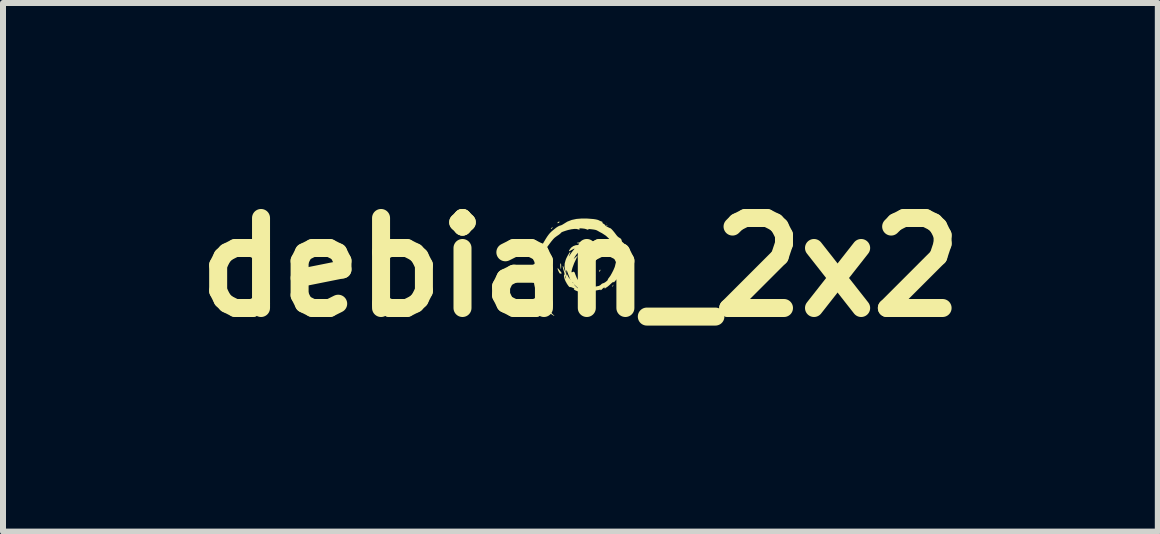
<source format=kicad_pcb>
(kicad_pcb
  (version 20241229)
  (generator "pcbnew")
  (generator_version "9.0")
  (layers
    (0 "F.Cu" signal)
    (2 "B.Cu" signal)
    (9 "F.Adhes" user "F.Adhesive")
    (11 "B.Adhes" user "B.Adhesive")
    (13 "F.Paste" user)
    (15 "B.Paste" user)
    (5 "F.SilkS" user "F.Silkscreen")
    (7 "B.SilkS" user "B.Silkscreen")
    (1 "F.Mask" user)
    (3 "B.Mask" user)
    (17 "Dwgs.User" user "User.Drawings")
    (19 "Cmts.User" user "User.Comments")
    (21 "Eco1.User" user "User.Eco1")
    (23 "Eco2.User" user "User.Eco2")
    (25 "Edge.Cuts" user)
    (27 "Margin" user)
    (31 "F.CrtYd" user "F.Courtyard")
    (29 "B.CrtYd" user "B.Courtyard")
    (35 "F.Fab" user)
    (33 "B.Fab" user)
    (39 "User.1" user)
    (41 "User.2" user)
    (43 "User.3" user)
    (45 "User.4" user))
  (footprint "debian_2x2"
    (layer "F.Cu")
    (at 6.621 1.404)
    (property "Reference" "debian_2x2" (at 0 0 0) (layer "F.SilkS") (effects (font (size 1.5 1.5) (thickness 0.3))))
    (attr board_only exclude_from_pos_files exclude_from_bom)
    (fp_poly (pts (xy 0.438 -0.723) (xy 0.434 -0.719) (xy 0.43 -0.723) (xy 0.434 -0.727)) (stroke (width 0) (type solid)) (fill yes) (layer "F.SilkS"))
    (fp_poly (pts (xy -0.461 -0.667) (xy -0.466 -0.656) (xy -0.477 -0.645) (xy -0.488 -0.637) (xy -0.492 -0.638) (xy -0.487 -0.649) (xy -0.477 -0.66) (xy -0.465 -0.668)) (stroke (width 0) (type solid)) (fill yes) (layer "F.SilkS"))
    (fp_poly (pts (xy 0.335 0.042) (xy 0.333 0.052) (xy 0.324 0.067) (xy 0.315 0.077) (xy 0.313 0.074) (xy 0.314 0.063) (xy 0.32 0.047) (xy 0.326 0.041)) (stroke (width 0) (type solid)) (fill yes) (layer "F.SilkS"))
    (fp_poly (pts (xy 0.448 -0.697) (xy 0.449 -0.695) (xy 0.449 -0.688) (xy 0.446 -0.688) (xy 0.435 -0.693) (xy 0.434 -0.695) (xy 0.434 -0.703) (xy 0.437 -0.703)) (stroke (width 0) (type solid)) (fill yes) (layer "F.SilkS"))
    (fp_poly (pts (xy -0.35 -0.761) (xy -0.347 -0.754) (xy -0.356 -0.745) (xy -0.372 -0.736) (xy -0.382 -0.736) (xy -0.383 -0.739) (xy -0.377 -0.75) (xy -0.364 -0.759) (xy -0.352 -0.762)) (stroke (width 0) (type solid)) (fill yes) (layer "F.SilkS"))
    (fp_poly (pts (xy 0.548 0.303) (xy 0.548 0.303) (xy 0.537 0.318) (xy 0.53 0.325) (xy 0.526 0.325) (xy 0.53 0.314) (xy 0.531 0.314) (xy 0.541 0.299) (xy 0.548 0.292) (xy 0.552 0.292)) (stroke (width 0) (type solid)) (fill yes) (layer "F.SilkS"))
    (fp_poly (pts (xy -0.324 -0.062) (xy -0.321 -0.044) (xy -0.32 -0.02) (xy -0.321 0.011) (xy -0.323 0.027) (xy -0.325 0.028) (xy -0.33 0.014) (xy -0.331 0.007) (xy -0.335 -0.025) (xy -0.335 -0.05) (xy -0.33 -0.065) (xy -0.328 -0.066)) (stroke (width 0) (type solid)) (fill yes) (layer "F.SilkS"))
    (fp_poly (pts (xy 0.037 0.121) (xy 0.053 0.13) (xy 0.073 0.141) (xy 0.09 0.152) (xy 0.1 0.159) (xy 0.102 0.161) (xy 0.095 0.163) (xy 0.079 0.164) (xy 0.057 0.159) (xy 0.039 0.141) (xy 0.039 0.141) (xy 0.03 0.126) (xy 0.027 0.118) (xy 0.027 0.117)) (stroke (width 0) (type solid)) (fill yes) (layer "F.SilkS"))
    (fp_poly (pts (xy -0.373 0.016) (xy -0.367 0.024) (xy -0.355 0.039) (xy -0.337 0.061) (xy -0.337 0.061) (xy -0.322 0.081) (xy -0.312 0.096) (xy -0.311 0.102) (xy -0.311 0.102) (xy -0.325 0.104) (xy -0.331 0.106) (xy -0.34 0.105) (xy -0.35 0.093) (xy -0.363 0.069) (xy -0.364 0.067) (xy -0.374 0.043) (xy -0.38 0.025) (xy -0.38 0.018) (xy -0.373 0.016)) (stroke (width 0) (type solid)) (fill yes) (layer "F.SilkS"))
    (fp_poly (pts (xy 0.22 0.133) (xy 0.211 0.141) (xy 0.2 0.151) (xy 0.201 0.156) (xy 0.212 0.154) (xy 0.229 0.145) (xy 0.232 0.143) (xy 0.245 0.136) (xy 0.248 0.138) (xy 0.247 0.139) (xy 0.236 0.149) (xy 0.219 0.16) (xy 0.218 0.16) (xy 0.202 0.168) (xy 0.194 0.167) (xy 0.19 0.159) (xy 0.192 0.144) (xy 0.199 0.136) (xy 0.215 0.127) (xy 0.223 0.126)) (stroke (width 0) (type solid)) (fill yes) (layer "F.SilkS"))
    (fp_poly (pts (xy 0.116 -0.812) (xy 0.169 -0.808) (xy 0.218 -0.804) (xy 0.258 -0.798) (xy 0.287 -0.791) (xy 0.301 -0.786) (xy 0.319 -0.777) (xy 0.342 -0.767) (xy 0.346 -0.766) (xy 0.364 -0.759) (xy 0.374 -0.751) (xy 0.375 -0.75) (xy 0.369 -0.746) (xy 0.361 -0.747) (xy 0.359 -0.746) (xy 0.368 -0.738) (xy 0.379 -0.73) (xy 0.405 -0.712) (xy 0.418 -0.701) (xy 0.419 -0.698) (xy 0.41 -0.699) (xy 0.409 -0.699) (xy 0.419 -0.692) (xy 0.439 -0.68) (xy 0.444 -0.677) (xy 0.469 -0.664) (xy 0.489 -0.654) (xy 0.5 -0.651) (xy 0.5 -0.651) (xy 0.508 -0.646) (xy 0.523 -0.632) (xy 0.542 -0.611) (xy 0.563 -0.586) (xy 0.583 -0.56) (xy 0.6 -0.537) (xy 0.6 -0.537) (xy 0.619 -0.515) (xy 0.641 -0.497) (xy 0.647 -0.494) (xy 0.67 -0.48) (xy 0.683 -0.463) (xy 0.691 -0.437) (xy 0.691 -0.435) (xy 0.697 -0.421) (xy 0.703 -0.418) (xy 0.711 -0.414) (xy 0.721 -0.398) (xy 0.734 -0.37) (xy 0.747 -0.334) (xy 0.759 -0.297) (xy 0.766 -0.267) (xy 0.772 -0.23) (xy 0.777 -0.19) (xy 0.779 -0.15) (xy 0.78 -0.111) (xy 0.78 -0.076) (xy 0.778 -0.049) (xy 0.773 -0.032) (xy 0.767 -0.026) (xy 0.766 -0.027) (xy 0.76 -0.023) (xy 0.75 -0.007) (xy 0.74 0.017) (xy 0.73 0.047) (xy 0.726 0.061) (xy 0.72 0.084) (xy 0.716 0.092) (xy 0.715 0.088) (xy 0.716 0.071) (xy 0.72 0.043) (xy 0.724 0.021) (xy 0.729 -0.01) (xy 0.733 -0.034) (xy 0.734 -0.048) (xy 0.734 -0.05) (xy 0.724 -0.054) (xy 0.714 -0.058) (xy 0.701 -0.059) (xy 0.694 -0.048) (xy 0.692 -0.042) (xy 0.691 -0.023) (xy 0.696 -0.015) (xy 0.702 -0.007) (xy 0.698 0.009) (xy 0.697 0.013) (xy 0.687 0.038) (xy 0.679 0.058) (xy 0.673 0.073) (xy 0.667 0.074) (xy 0.664 0.07) (xy 0.659 0.066) (xy 0.657 0.076) (xy 0.656 0.084) (xy 0.65 0.111) (xy 0.64 0.126) (xy 0.627 0.147) (xy 0.627 0.161) (xy 0.626 0.178) (xy 0.613 0.194) (xy 0.606 0.2) (xy 0.587 0.219) (xy 0.57 0.239) (xy 0.568 0.241) (xy 0.559 0.252) (xy 0.555 0.253) (xy 0.555 0.252) (xy 0.553 0.244) (xy 0.547 0.244) (xy 0.534 0.252) (xy 0.513 0.27) (xy 0.493 0.289) (xy 0.469 0.31) (xy 0.449 0.326) (xy 0.436 0.335) (xy 0.433 0.336) (xy 0.421 0.342) (xy 0.415 0.35) (xy 0.408 0.359) (xy 0.407 0.355) (xy 0.407 0.35) (xy 0.402 0.338) (xy 0.391 0.339) (xy 0.373 0.354) (xy 0.367 0.359) (xy 0.352 0.374) (xy 0.341 0.382) (xy 0.337 0.382) (xy 0.339 0.376) (xy 0.336 0.373) (xy 0.32 0.375) (xy 0.314 0.376) (xy 0.29 0.381) (xy 0.257 0.387) (xy 0.219 0.393) (xy 0.182 0.398) (xy 0.148 0.403) (xy 0.123 0.406) (xy 0.113 0.406) (xy 0.097 0.404) (xy 0.095 0.398) (xy 0.105 0.391) (xy 0.121 0.386) (xy 0.141 0.381) (xy 0.152 0.375) (xy 0.153 0.374) (xy 0.153 0.368) (xy 0.143 0.369) (xy 0.12 0.375) (xy 0.109 0.379) (xy 0.077 0.388) (xy 0.047 0.389) (xy 0.019 0.382) (xy -0.012 0.365) (xy -0.047 0.337) (xy -0.078 0.31) (xy -0.097 0.292) (xy -0.106 0.285) (xy -0.105 0.288) (xy -0.098 0.297) (xy -0.079 0.317) (xy -0.054 0.34) (xy -0.036 0.355) (xy -0.016 0.371) (xy -0.009 0.38) (xy -0.014 0.381) (xy -0.028 0.378) (xy -0.029 0.382) (xy -0.015 0.391) (xy -0.001 0.398) (xy 0.019 0.409) (xy 0.033 0.419) (xy 0.035 0.421) (xy 0.03 0.422) (xy 0.015 0.419) (xy -0.008 0.412) (xy -0.035 0.404) (xy -0.062 0.394) (xy -0.085 0.384) (xy -0.088 0.383) (xy -0.104 0.372) (xy -0.109 0.364) (xy -0.102 0.359) (xy -0.1 0.359) (xy -0.101 0.356) (xy -0.113 0.348) (xy -0.129 0.341) (xy -0.151 0.332) (xy -0.167 0.329) (xy -0.173 0.33) (xy -0.18 0.33) (xy -0.193 0.318) (xy -0.209 0.297) (xy -0.228 0.268) (xy -0.236 0.252) (xy -0.132 0.252) (xy -0.13 0.257) (xy -0.122 0.265) (xy -0.117 0.263) (xy -0.117 0.262) (xy -0.123 0.256) (xy -0.126 0.253) (xy -0.132 0.252) (xy -0.236 0.252) (xy -0.246 0.235) (xy -0.247 0.233) (xy -0.258 0.207) (xy -0.172 0.207) (xy -0.168 0.211) (xy -0.164 0.207) (xy -0.168 0.203) (xy -0.172 0.207) (xy -0.258 0.207) (xy -0.261 0.2) (xy -0.27 0.169) (xy -0.274 0.144) (xy -0.273 0.138) (xy -0.256 0.138) (xy -0.255 0.15) (xy -0.251 0.166) (xy -0.245 0.181) (xy -0.239 0.188) (xy -0.239 0.181) (xy -0.243 0.165) (xy -0.245 0.159) (xy -0.251 0.143) (xy -0.255 0.137) (xy -0.256 0.138) (xy -0.273 0.138) (xy -0.27 0.128) (xy -0.266 0.124) (xy -0.264 0.115) (xy -0.266 0.099) (xy -0.237 0.099) (xy -0.236 0.121) (xy -0.234 0.128) (xy -0.229 0.139) (xy -0.227 0.136) (xy -0.227 0.125) (xy -0.226 0.105) (xy -0.218 0.125) (xy -0.209 0.143) (xy -0.198 0.163) (xy -0.187 0.181) (xy -0.178 0.192) (xy -0.175 0.194) (xy -0.177 0.186) (xy -0.183 0.167) (xy -0.193 0.14) (xy -0.2 0.123) (xy -0.212 0.092) (xy -0.221 0.066) (xy -0.227 0.049) (xy -0.227 0.045) (xy -0.229 0.046) (xy -0.232 0.059) (xy -0.235 0.073) (xy -0.237 0.099) (xy -0.266 0.099) (xy -0.267 0.095) (xy -0.273 0.074) (xy -0.286 0.029) (xy -0.293 -0.002) (xy -0.294 -0.019) (xy -0.291 -0.023) (xy -0.286 -0.016) (xy -0.278 0.002) (xy -0.269 0.028) (xy -0.267 0.036) (xy -0.258 0.063) (xy -0.251 0.083) (xy -0.246 0.091) (xy -0.245 0.091) (xy -0.245 0.082) (xy -0.249 0.063) (xy -0.253 0.05) (xy -0.264 -0.006) (xy -0.261 -0.065) (xy -0.246 -0.12) (xy -0.236 -0.146) (xy -0.222 -0.175) (xy -0.206 -0.204) (xy -0.191 -0.229) (xy -0.179 -0.247) (xy -0.17 -0.256) (xy -0.167 -0.256) (xy -0.168 -0.247) (xy -0.174 -0.229) (xy -0.179 -0.216) (xy -0.188 -0.195) (xy -0.192 -0.182) (xy -0.192 -0.18) (xy -0.187 -0.186) (xy -0.176 -0.202) (xy -0.164 -0.221) (xy -0.146 -0.248) (xy -0.126 -0.274) (xy -0.115 -0.287) (xy -0.101 -0.304) (xy -0.098 -0.311) (xy -0.108 -0.309) (xy -0.13 -0.297) (xy -0.145 -0.289) (xy -0.171 -0.274) (xy -0.186 -0.267) (xy -0.191 -0.27) (xy -0.188 -0.28) (xy -0.184 -0.288) (xy -0.156 -0.326) (xy -0.119 -0.353) (xy -0.074 -0.369) (xy -0.023 -0.372) (xy 0.029 -0.363) (xy 0.043 -0.362) (xy 0.047 -0.366) (xy 0.04 -0.373) (xy 0.032 -0.375) (xy 0.017 -0.378) (xy 0.011 -0.386) (xy 0.016 -0.393) (xy 0.018 -0.393) (xy 0.016 -0.395) (xy 0.002 -0.397) (xy -0.018 -0.398) (xy -0.044 -0.399) (xy -0.057 -0.403) (xy -0.059 -0.406) (xy -0.049 -0.41) (xy -0.026 -0.413) (xy 0.005 -0.414) (xy 0.042 -0.414) (xy 0.081 -0.413) (xy 0.119 -0.411) (xy 0.153 -0.408) (xy 0.179 -0.403) (xy 0.182 -0.402) (xy 0.21 -0.396) (xy 0.234 -0.392) (xy 0.246 -0.391) (xy 0.267 -0.388) (xy 0.279 -0.385) (xy 0.284 -0.381) (xy 0.276 -0.377) (xy 0.262 -0.375) (xy 0.23 -0.371) (xy 0.284 -0.358) (xy 0.326 -0.344) (xy 0.358 -0.326) (xy 0.384 -0.301) (xy 0.4 -0.279) (xy 0.413 -0.256) (xy 0.421 -0.234) (xy 0.421 -0.218) (xy 0.415 -0.211) (xy 0.414 -0.211) (xy 0.408 -0.218) (xy 0.406 -0.229) (xy 0.406 -0.242) (xy 0.402 -0.252) (xy 0.395 -0.258) (xy 0.381 -0.263) (xy 0.358 -0.266) (xy 0.325 -0.267) (xy 0.279 -0.268) (xy 0.252 -0.268) (xy 0.213 -0.268) (xy 0.18 -0.269) (xy 0.157 -0.271) (xy 0.147 -0.273) (xy 0.146 -0.274) (xy 0.157 -0.279) (xy 0.176 -0.288) (xy 0.19 -0.293) (xy 0.21 -0.301) (xy 0.223 -0.308) (xy 0.224 -0.31) (xy 0.216 -0.309) (xy 0.196 -0.305) (xy 0.167 -0.299) (xy 0.142 -0.292) (xy 0.107 -0.285) (xy 0.077 -0.279) (xy 0.055 -0.277) (xy 0.046 -0.278) (xy 0.019 -0.278) (xy -0.011 -0.266) (xy -0.042 -0.241) (xy -0.072 -0.205) (xy -0.093 -0.171) (xy -0.112 -0.137) (xy -0.079 -0.168) (xy -0.062 -0.183) (xy -0.05 -0.193) (xy -0.047 -0.194) (xy -0.05 -0.186) (xy -0.059 -0.166) (xy -0.071 -0.138) (xy -0.085 -0.108) (xy -0.103 -0.07) (xy -0.118 -0.03) (xy -0.132 0.008) (xy -0.141 0.041) (xy -0.147 0.067) (xy -0.147 0.082) (xy -0.146 0.083) (xy -0.137 0.083) (xy -0.129 0.078) (xy -0.114 0.072) (xy -0.1 0.08) (xy -0.089 0.103) (xy -0.087 0.111) (xy -0.061 0.176) (xy -0.029 0.231) (xy 0.01 0.273) (xy 0.054 0.302) (xy 0.102 0.317) (xy 0.142 0.319) (xy 0.165 0.318) (xy 0.18 0.319) (xy 0.183 0.322) (xy 0.186 0.327) (xy 0.203 0.327) (xy 0.231 0.325) (xy 0.269 0.319) (xy 0.275 0.317) (xy 0.308 0.31) (xy 0.329 0.3) (xy 0.343 0.288) (xy 0.344 0.286) (xy 0.363 0.271) (xy 0.379 0.266) (xy 0.393 0.261) (xy 0.411 0.251) (xy 0.43 0.237) (xy 0.447 0.222) (xy 0.457 0.211) (xy 0.457 0.205) (xy 0.459 0.197) (xy 0.469 0.183) (xy 0.473 0.178) (xy 0.499 0.143) (xy 0.525 0.097) (xy 0.55 0.048) (xy 0.571 -0.001) (xy 0.575 -0.013) (xy 0.593 -0.088) (xy 0.597 -0.168) (xy 0.589 -0.249) (xy 0.568 -0.329) (xy 0.55 -0.374) (xy 0.519 -0.427) (xy 0.476 -0.478) (xy 0.426 -0.525) (xy 0.37 -0.562) (xy 0.355 -0.571) (xy 0.326 -0.586) (xy 0.3 -0.601) (xy 0.282 -0.611) (xy 0.28 -0.612) (xy 0.261 -0.621) (xy 0.234 -0.627) (xy 0.222 -0.629) (xy 0.191 -0.633) (xy 0.161 -0.636) (xy 0.152 -0.637) (xy 0.134 -0.639) (xy 0.129 -0.636) (xy 0.133 -0.633) (xy 0.139 -0.627) (xy 0.133 -0.625) (xy 0.119 -0.627) (xy 0.099 -0.634) (xy 0.091 -0.637) (xy 0.074 -0.642) (xy 0.051 -0.645) (xy 0.027 -0.648) (xy 0.005 -0.649) (xy -0.012 -0.648) (xy -0.019 -0.645) (xy -0.017 -0.642) (xy -0.011 -0.634) (xy -0.016 -0.629) (xy -0.028 -0.629) (xy -0.038 -0.632) (xy -0.064 -0.639) (xy -0.103 -0.639) (xy -0.152 -0.633) (xy -0.169 -0.629) (xy -0.206 -0.621) (xy -0.242 -0.61) (xy -0.275 -0.599) (xy -0.302 -0.589) (xy -0.318 -0.58) (xy -0.323 -0.574) (xy -0.329 -0.567) (xy -0.345 -0.553) (xy -0.368 -0.536) (xy -0.382 -0.527) (xy -0.409 -0.508) (xy -0.433 -0.489) (xy -0.455 -0.466) (xy -0.48 -0.436) (xy -0.506 -0.402) (xy -0.55 -0.342) (xy -0.581 -0.291) (xy -0.602 -0.25) (xy -0.611 -0.219) (xy -0.611 -0.218) (xy -0.618 -0.196) (xy -0.627 -0.177) (xy -0.637 -0.156) (xy -0.641 -0.137) (xy -0.643 -0.122) (xy -0.648 -0.117) (xy -0.653 -0.11) (xy -0.659 -0.093) (xy -0.661 -0.082) (xy -0.663 -0.057) (xy -0.659 -0.042) (xy -0.649 -0.028) (xy -0.638 -0.011) (xy -0.633 0.013) (xy -0.633 0.03) (xy -0.634 0.053) (xy -0.638 0.067) (xy -0.641 0.07) (xy -0.648 0.064) (xy -0.649 0.061) (xy -0.652 0.059) (xy -0.657 0.07) (xy -0.662 0.092) (xy -0.661 0.115) (xy -0.661 0.133) (xy -0.665 0.141) (xy -0.665 0.141) (xy -0.67 0.148) (xy -0.671 0.165) (xy -0.67 0.168) (xy -0.67 0.186) (xy -0.674 0.195) (xy -0.675 0.195) (xy -0.678 0.203) (xy -0.678 0.222) (xy -0.677 0.248) (xy -0.673 0.286) (xy -0.669 0.328) (xy -0.667 0.355) (xy -0.662 0.388) (xy -0.656 0.409) (xy -0.651 0.416) (xy -0.642 0.429) (xy -0.641 0.438) (xy -0.638 0.455) (xy -0.63 0.478) (xy -0.629 0.482) (xy -0.622 0.507) (xy -0.625 0.519) (xy -0.628 0.532) (xy -0.624 0.537) (xy -0.616 0.549) (xy -0.605 0.568) (xy -0.603 0.571) (xy -0.592 0.588) (xy -0.582 0.596) (xy -0.581 0.596) (xy -0.574 0.602) (xy -0.566 0.619) (xy -0.563 0.63) (xy -0.549 0.674) (xy -0.528 0.711) (xy -0.499 0.746) (xy -0.475 0.768) (xy -0.454 0.788) (xy -0.439 0.803) (xy -0.433 0.811) (xy -0.434 0.812) (xy -0.443 0.808) (xy -0.462 0.796) (xy -0.486 0.78) (xy -0.495 0.774) (xy -0.56 0.719) (xy -0.619 0.651) (xy -0.67 0.572) (xy -0.713 0.483) (xy -0.746 0.387) (xy -0.769 0.285) (xy -0.774 0.252) (xy -0.78 0.188) (xy -0.78 0.116) (xy -0.777 0.042) (xy -0.769 -0.029) (xy -0.758 -0.091) (xy -0.756 -0.102) (xy -0.743 -0.147) (xy -0.73 -0.187) (xy -0.715 -0.226) (xy -0.696 -0.266) (xy -0.673 -0.311) (xy -0.643 -0.363) (xy -0.611 -0.417) (xy -0.58 -0.469) (xy -0.554 -0.51) (xy -0.531 -0.542) (xy -0.508 -0.57) (xy -0.484 -0.594) (xy -0.456 -0.618) (xy -0.422 -0.645) (xy -0.402 -0.661) (xy -0.376 -0.678) (xy -0.353 -0.69) (xy -0.338 -0.695) (xy -0.337 -0.695) (xy -0.32 -0.7) (xy -0.298 -0.711) (xy -0.282 -0.721) (xy -0.217 -0.761) (xy -0.145 -0.789) (xy -0.065 -0.806) (xy 0.024 -0.813) (xy 0.059 -0.813)) (stroke (width 0) (type solid)) (fill yes) (layer "F.SilkS")))
  (gr_rect
    (start -3 -3)
    (end 16.243 5.808)
    (stroke (width 0.1) (type default))
    (fill no)
    (layer "Edge.Cuts")))
</source>
